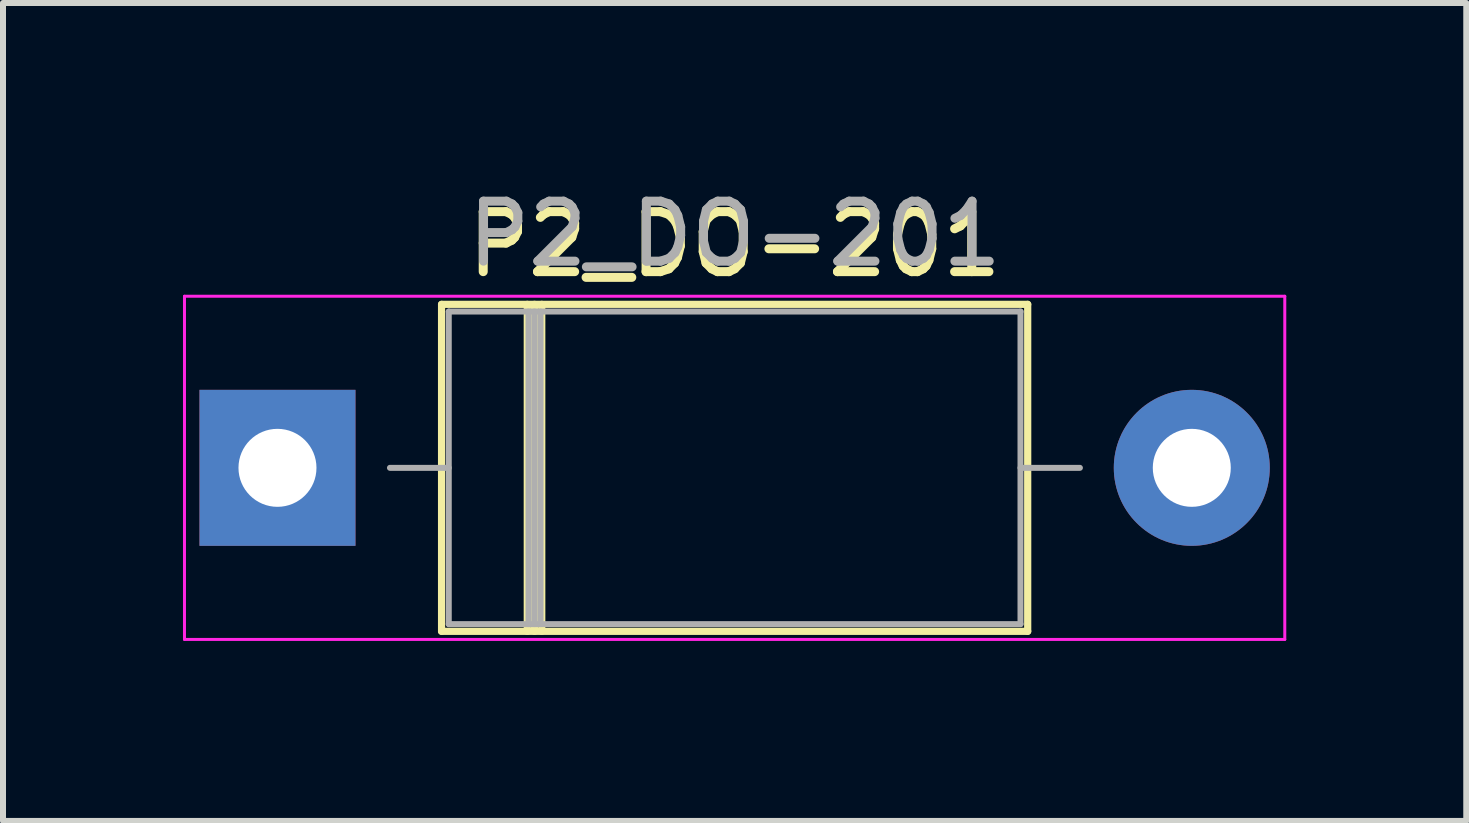
<source format=kicad_pcb>
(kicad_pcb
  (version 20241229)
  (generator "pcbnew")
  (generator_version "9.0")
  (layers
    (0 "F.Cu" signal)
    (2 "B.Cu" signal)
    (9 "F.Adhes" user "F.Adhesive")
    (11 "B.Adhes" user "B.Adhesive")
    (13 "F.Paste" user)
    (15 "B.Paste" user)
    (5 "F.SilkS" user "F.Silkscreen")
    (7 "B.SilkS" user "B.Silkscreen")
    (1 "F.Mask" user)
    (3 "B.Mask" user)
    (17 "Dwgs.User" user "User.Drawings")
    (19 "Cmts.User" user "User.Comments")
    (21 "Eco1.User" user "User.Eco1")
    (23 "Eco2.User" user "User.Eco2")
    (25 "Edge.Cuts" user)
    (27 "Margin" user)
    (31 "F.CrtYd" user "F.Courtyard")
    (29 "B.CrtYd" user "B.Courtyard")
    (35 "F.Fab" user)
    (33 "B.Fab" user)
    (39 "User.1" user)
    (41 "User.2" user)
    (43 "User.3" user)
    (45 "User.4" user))
  (footprint "P2_DO-201"
    (layer "F.Cu")
    (at 9.2 4.748)
    (property "Reference" "P2_DO-201" (at -0.005 -3.725 0) (layer "F.SilkS") (effects (font (size 1 1) (thickness 0.15))))
    (attr through_hole)
    (fp_line (start -4.89 -2.725) (end -4.89 2.725) (stroke (width 0.12) (type solid)) (layer "F.SilkS"))
    (fp_line (start -4.89 2.725) (end 4.88 2.725) (stroke (width 0.12) (type solid)) (layer "F.SilkS"))
    (fp_line (start -3.461 -2.725) (end -3.461 2.725) (stroke (width 0.12) (type solid)) (layer "F.SilkS"))
    (fp_line (start -3.341 -2.725) (end -3.341 2.725) (stroke (width 0.12) (type solid)) (layer "F.SilkS"))
    (fp_line (start -3.22 -2.725) (end -3.22 2.725) (stroke (width 0.12) (type solid)) (layer "F.SilkS"))
    (fp_line (start 4.88 -2.725) (end -4.89 -2.725) (stroke (width 0.12) (type solid)) (layer "F.SilkS"))
    (fp_line (start 4.88 -2.725) (end 4.88 2.725) (stroke (width 0.12) (type solid)) (layer "F.SilkS"))
    (fp_line (start -9.175 -2.86) (end -9.175 2.86) (stroke (width 0.05) (type solid)) (layer "F.CrtYd"))
    (fp_line (start -9.175 2.86) (end 9.165 2.86) (stroke (width 0.05) (type solid)) (layer "F.CrtYd"))
    (fp_line (start 9.165 -2.86) (end -9.175 -2.86) (stroke (width 0.05) (type solid)) (layer "F.CrtYd"))
    (fp_line (start 9.165 2.86) (end 9.165 -2.86) (stroke (width 0.05) (type solid)) (layer "F.CrtYd"))
    (fp_line (start -5.75 0) (end -4.77 0) (stroke (width 0.1) (type solid)) (layer "F.Fab"))
    (fp_line (start -4.77 -2.605) (end -4.77 2.605) (stroke (width 0.1) (type solid)) (layer "F.Fab"))
    (fp_line (start -4.77 2.605) (end 4.76 2.605) (stroke (width 0.1) (type solid)) (layer "F.Fab"))
    (fp_line (start -3.441 -2.605) (end -3.441 2.605) (stroke (width 0.1) (type solid)) (layer "F.Fab"))
    (fp_line (start -3.341 -2.605) (end -3.341 2.605) (stroke (width 0.1) (type solid)) (layer "F.Fab"))
    (fp_line (start -3.24 -2.605) (end -3.24 2.605) (stroke (width 0.1) (type solid)) (layer "F.Fab"))
    (fp_line (start 4.76 -2.605) (end -4.77 -2.605) (stroke (width 0.1) (type solid)) (layer "F.Fab"))
    (fp_line (start 4.76 2.605) (end 4.76 -2.605) (stroke (width 0.1) (type solid)) (layer "F.Fab"))
    (fp_line (start 5.75 0) (end 4.76 0) (stroke (width 0.1) (type solid)) (layer "F.Fab"))
    (fp_text user "${REFERENCE}" (at 0 -3.9 0) (layer "F.Fab") (effects (font (size 1 1) (thickness 0.15))))
    (pad "1" thru_hole rect (at -7.625 0) (size 2.6 2.6) (drill 1.3) (layers "*.Cu" "*.Mask"))
    (pad "2" thru_hole oval (at 7.615 0) (size 2.6 2.6) (drill 1.3) (layers "*.Cu" "*.Mask")))
  (gr_rect
    (start -3 -3)
    (end 21.39 10.633)
    (stroke (width 0.1) (type default))
    (fill no)
    (layer "Edge.Cuts")))
</source>
